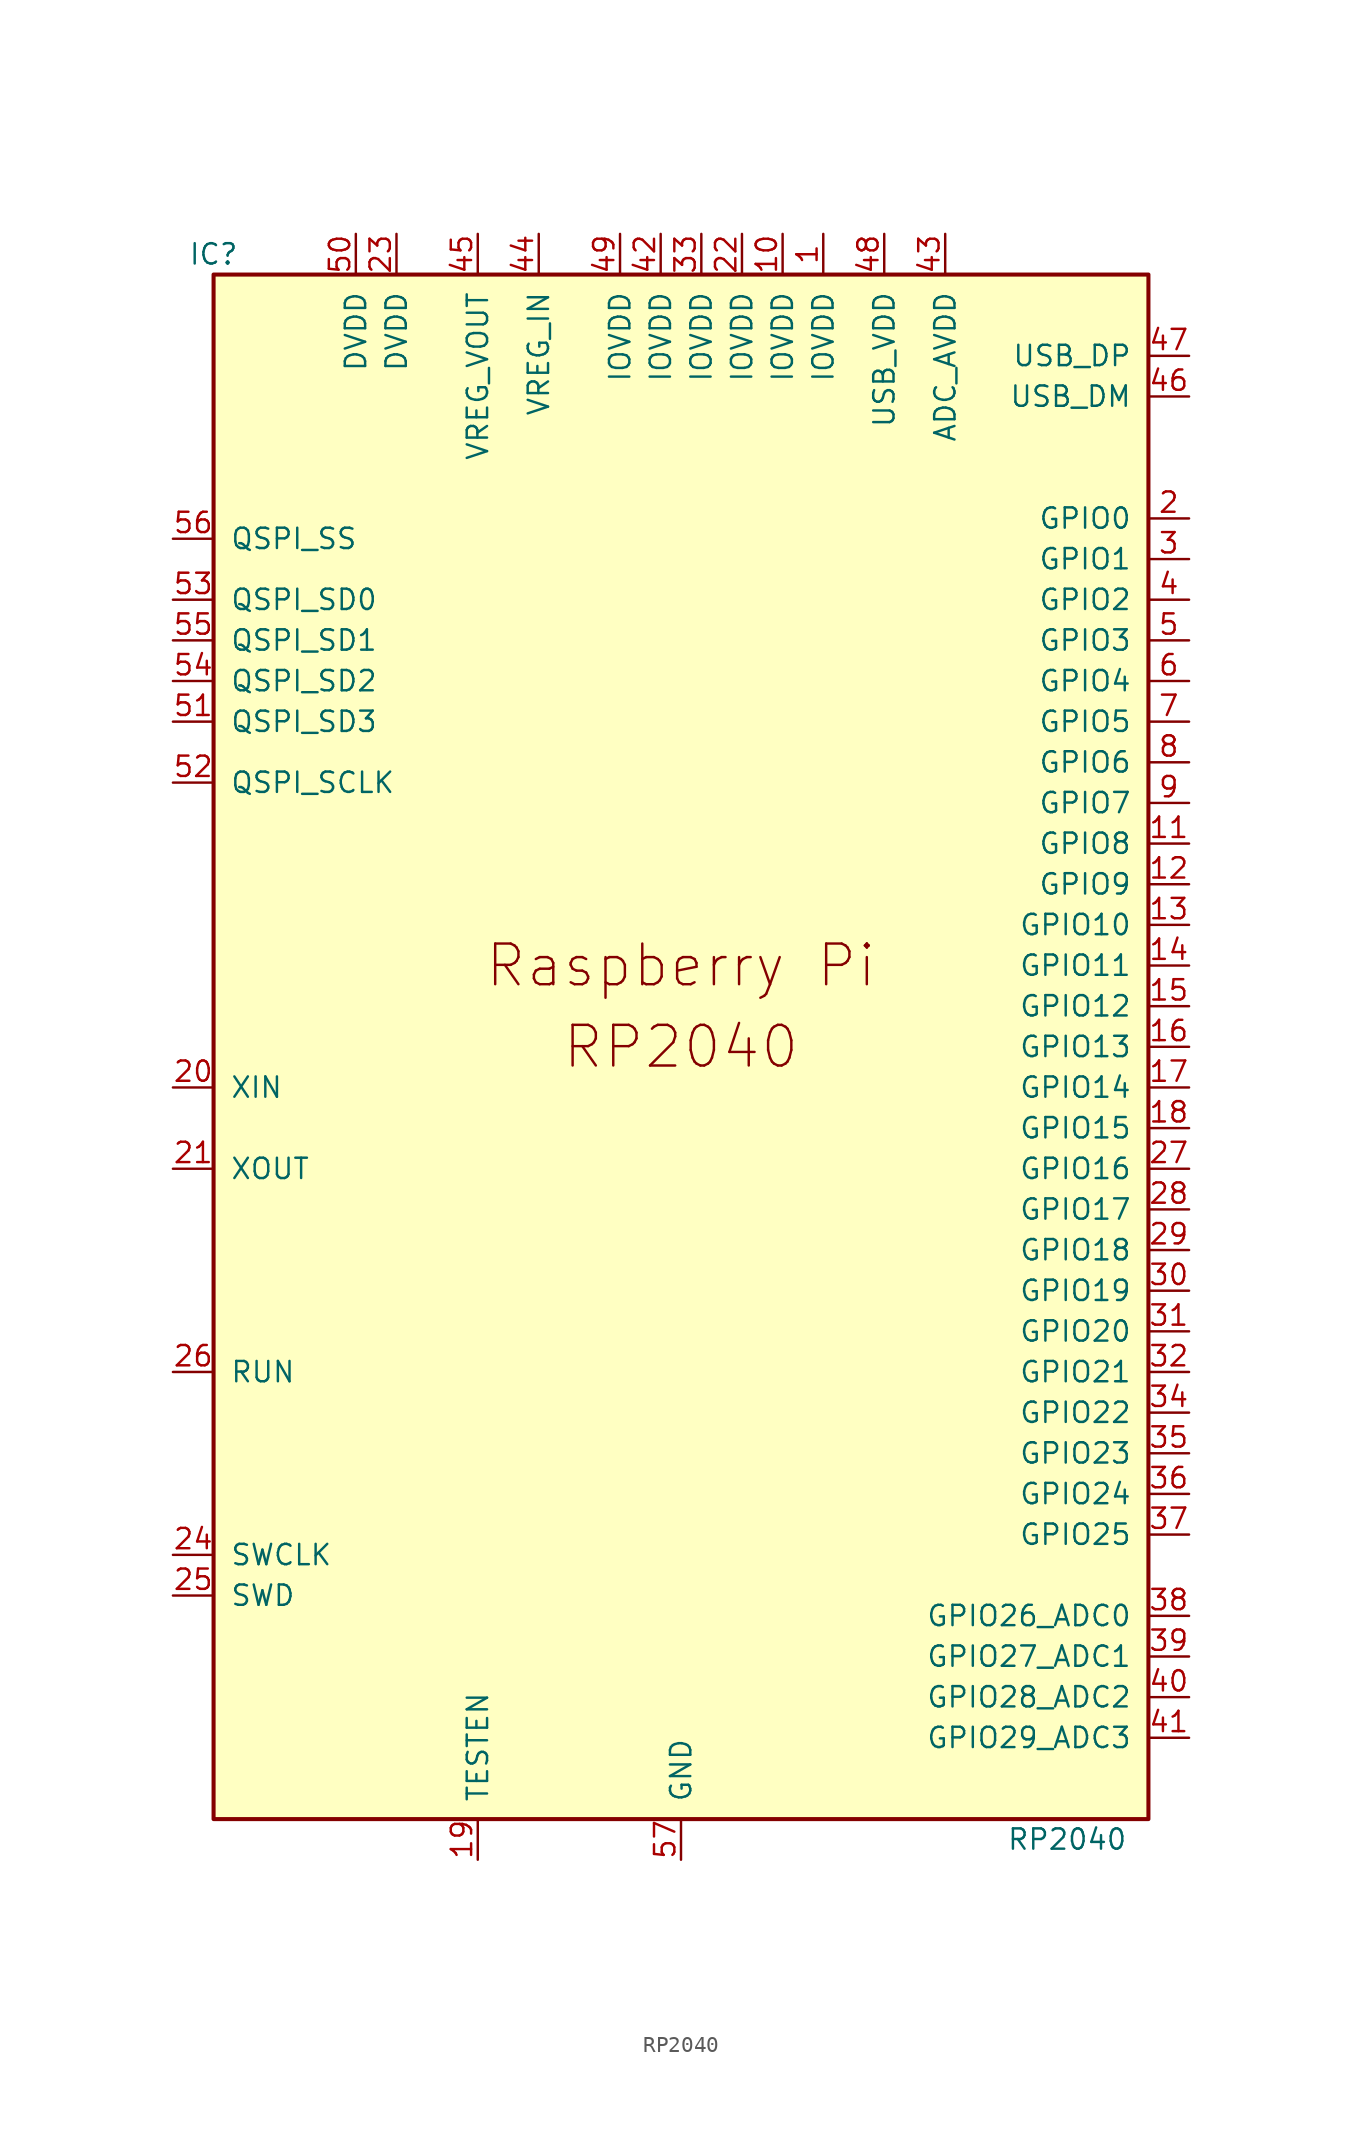
<source format=kicad_sym>
(kicad_symbol_lib
  (version 20211014)
  (generator kicad_symbol_editor)
  (symbol "RP2040"
    (pin_names
      (offset 1.016))
    (property "Reference" "IC"
      (at -29.21 49.53 0)
      (effects (font (size 1.27 1.27))))
    (property "Value" "RP2040"
      (at 24.13 -49.53 0)
      (effects (font (size 1.27 1.27))))
    (symbol "RP2040_0_0"
      (text "Raspberry Pi" (at 0 5.08 0) (effects (font (size 2.54 2.54))))
      (text "RP2040" (at 0 0 0) (effects (font (size 2.54 2.54)))))
    (symbol "RP2040_0_1"
      (rectangle (start 29.21 48.26) (end -29.21 -48.26) (stroke (width 0.254) (type default) (color 0 0 0 0)) (fill (type background))))
    (symbol "RP2040_1_1"
      (pin power_in line (at 8.89 50.8 270) (length 2.54) (name "IOVDD" (effects (font (size 1.27 1.27)))) (number "1" (effects (font (size 1.27 1.27)))))
      (pin power_in line (at 6.35 50.8 270) (length 2.54) (name "IOVDD" (effects (font (size 1.27 1.27)))) (number "10" (effects (font (size 1.27 1.27)))))
      (pin bidirectional line (at 31.75 12.7 180) (length 2.54) (name "GPIO8" (effects (font (size 1.27 1.27)))) (number "11" (effects (font (size 1.27 1.27)))))
      (pin bidirectional line (at 31.75 10.16 180) (length 2.54) (name "GPIO9" (effects (font (size 1.27 1.27)))) (number "12" (effects (font (size 1.27 1.27)))))
      (pin bidirectional line (at 31.75 7.62 180) (length 2.54) (name "GPIO10" (effects (font (size 1.27 1.27)))) (number "13" (effects (font (size 1.27 1.27)))))
      (pin bidirectional line (at 31.75 5.08 180) (length 2.54) (name "GPIO11" (effects (font (size 1.27 1.27)))) (number "14" (effects (font (size 1.27 1.27)))))
      (pin bidirectional line (at 31.75 2.54 180) (length 2.54) (name "GPIO12" (effects (font (size 1.27 1.27)))) (number "15" (effects (font (size 1.27 1.27)))))
      (pin bidirectional line (at 31.75 0 180) (length 2.54) (name "GPIO13" (effects (font (size 1.27 1.27)))) (number "16" (effects (font (size 1.27 1.27)))))
      (pin bidirectional line (at 31.75 -2.54 180) (length 2.54) (name "GPIO14" (effects (font (size 1.27 1.27)))) (number "17" (effects (font (size 1.27 1.27)))))
      (pin bidirectional line (at 31.75 -5.08 180) (length 2.54) (name "GPIO15" (effects (font (size 1.27 1.27)))) (number "18" (effects (font (size 1.27 1.27)))))
      (pin passive line (at -12.7 -50.8 90) (length 2.54) (name "TESTEN" (effects (font (size 1.27 1.27)))) (number "19" (effects (font (size 1.27 1.27)))))
      (pin bidirectional line (at 31.75 33.02 180) (length 2.54) (name "GPIO0" (effects (font (size 1.27 1.27)))) (number "2" (effects (font (size 1.27 1.27)))))
      (pin input line (at -31.75 -2.54 0) (length 2.54) (name "XIN" (effects (font (size 1.27 1.27)))) (number "20" (effects (font (size 1.27 1.27)))))
      (pin passive line (at -31.75 -7.62 0) (length 2.54) (name "XOUT" (effects (font (size 1.27 1.27)))) (number "21" (effects (font (size 1.27 1.27)))))
      (pin power_in line (at 3.81 50.8 270) (length 2.54) (name "IOVDD" (effects (font (size 1.27 1.27)))) (number "22" (effects (font (size 1.27 1.27)))))
      (pin power_in line (at -17.78 50.8 270) (length 2.54) (name "DVDD" (effects (font (size 1.27 1.27)))) (number "23" (effects (font (size 1.27 1.27)))))
      (pin output line (at -31.75 -31.75 0) (length 2.54) (name "SWCLK" (effects (font (size 1.27 1.27)))) (number "24" (effects (font (size 1.27 1.27)))))
      (pin bidirectional line (at -31.75 -34.29 0) (length 2.54) (name "SWD" (effects (font (size 1.27 1.27)))) (number "25" (effects (font (size 1.27 1.27)))))
      (pin input line (at -31.75 -20.32 0) (length 2.54) (name "RUN" (effects (font (size 1.27 1.27)))) (number "26" (effects (font (size 1.27 1.27)))))
      (pin bidirectional line (at 31.75 -7.62 180) (length 2.54) (name "GPIO16" (effects (font (size 1.27 1.27)))) (number "27" (effects (font (size 1.27 1.27)))))
      (pin bidirectional line (at 31.75 -10.16 180) (length 2.54) (name "GPIO17" (effects (font (size 1.27 1.27)))) (number "28" (effects (font (size 1.27 1.27)))))
      (pin bidirectional line (at 31.75 -12.7 180) (length 2.54) (name "GPIO18" (effects (font (size 1.27 1.27)))) (number "29" (effects (font (size 1.27 1.27)))))
      (pin bidirectional line (at 31.75 30.48 180) (length 2.54) (name "GPIO1" (effects (font (size 1.27 1.27)))) (number "3" (effects (font (size 1.27 1.27)))))
      (pin bidirectional line (at 31.75 -15.24 180) (length 2.54) (name "GPIO19" (effects (font (size 1.27 1.27)))) (number "30" (effects (font (size 1.27 1.27)))))
      (pin bidirectional line (at 31.75 -17.78 180) (length 2.54) (name "GPIO20" (effects (font (size 1.27 1.27)))) (number "31" (effects (font (size 1.27 1.27)))))
      (pin bidirectional line (at 31.75 -20.32 180) (length 2.54) (name "GPIO21" (effects (font (size 1.27 1.27)))) (number "32" (effects (font (size 1.27 1.27)))))
      (pin power_in line (at 1.27 50.8 270) (length 2.54) (name "IOVDD" (effects (font (size 1.27 1.27)))) (number "33" (effects (font (size 1.27 1.27)))))
      (pin bidirectional line (at 31.75 -22.86 180) (length 2.54) (name "GPIO22" (effects (font (size 1.27 1.27)))) (number "34" (effects (font (size 1.27 1.27)))))
      (pin bidirectional line (at 31.75 -25.4 180) (length 2.54) (name "GPIO23" (effects (font (size 1.27 1.27)))) (number "35" (effects (font (size 1.27 1.27)))))
      (pin bidirectional line (at 31.75 -27.94 180) (length 2.54) (name "GPIO24" (effects (font (size 1.27 1.27)))) (number "36" (effects (font (size 1.27 1.27)))))
      (pin bidirectional line (at 31.75 -30.48 180) (length 2.54) (name "GPIO25" (effects (font (size 1.27 1.27)))) (number "37" (effects (font (size 1.27 1.27)))))
      (pin bidirectional line (at 31.75 -35.56 180) (length 2.54) (name "GPIO26_ADC0" (effects (font (size 1.27 1.27)))) (number "38" (effects (font (size 1.27 1.27)))))
      (pin bidirectional line (at 31.75 -38.1 180) (length 2.54) (name "GPIO27_ADC1" (effects (font (size 1.27 1.27)))) (number "39" (effects (font (size 1.27 1.27)))))
      (pin bidirectional line (at 31.75 27.94 180) (length 2.54) (name "GPIO2" (effects (font (size 1.27 1.27)))) (number "4" (effects (font (size 1.27 1.27)))))
      (pin bidirectional line (at 31.75 -40.64 180) (length 2.54) (name "GPIO28_ADC2" (effects (font (size 1.27 1.27)))) (number "40" (effects (font (size 1.27 1.27)))))
      (pin bidirectional line (at 31.75 -43.18 180) (length 2.54) (name "GPIO29_ADC3" (effects (font (size 1.27 1.27)))) (number "41" (effects (font (size 1.27 1.27)))))
      (pin power_in line (at -1.27 50.8 270) (length 2.54) (name "IOVDD" (effects (font (size 1.27 1.27)))) (number "42" (effects (font (size 1.27 1.27)))))
      (pin power_in line (at 16.51 50.8 270) (length 2.54) (name "ADC_AVDD" (effects (font (size 1.27 1.27)))) (number "43" (effects (font (size 1.27 1.27)))))
      (pin power_in line (at -8.89 50.8 270) (length 2.54) (name "VREG_IN" (effects (font (size 1.27 1.27)))) (number "44" (effects (font (size 1.27 1.27)))))
      (pin power_out line (at -12.7 50.8 270) (length 2.54) (name "VREG_VOUT" (effects (font (size 1.27 1.27)))) (number "45" (effects (font (size 1.27 1.27)))))
      (pin bidirectional line (at 31.75 40.64 180) (length 2.54) (name "USB_DM" (effects (font (size 1.27 1.27)))) (number "46" (effects (font (size 1.27 1.27)))))
      (pin bidirectional line (at 31.75 43.18 180) (length 2.54) (name "USB_DP" (effects (font (size 1.27 1.27)))) (number "47" (effects (font (size 1.27 1.27)))))
      (pin power_in line (at 12.7 50.8 270) (length 2.54) (name "USB_VDD" (effects (font (size 1.27 1.27)))) (number "48" (effects (font (size 1.27 1.27)))))
      (pin power_in line (at -3.81 50.8 270) (length 2.54) (name "IOVDD" (effects (font (size 1.27 1.27)))) (number "49" (effects (font (size 1.27 1.27)))))
      (pin bidirectional line (at 31.75 25.4 180) (length 2.54) (name "GPIO3" (effects (font (size 1.27 1.27)))) (number "5" (effects (font (size 1.27 1.27)))))
      (pin power_in line (at -20.32 50.8 270) (length 2.54) (name "DVDD" (effects (font (size 1.27 1.27)))) (number "50" (effects (font (size 1.27 1.27)))))
      (pin bidirectional line (at -31.75 20.32 0) (length 2.54) (name "QSPI_SD3" (effects (font (size 1.27 1.27)))) (number "51" (effects (font (size 1.27 1.27)))))
      (pin output line (at -31.75 16.51 0) (length 2.54) (name "QSPI_SCLK" (effects (font (size 1.27 1.27)))) (number "52" (effects (font (size 1.27 1.27)))))
      (pin bidirectional line (at -31.75 27.94 0) (length 2.54) (name "QSPI_SD0" (effects (font (size 1.27 1.27)))) (number "53" (effects (font (size 1.27 1.27)))))
      (pin bidirectional line (at -31.75 22.86 0) (length 2.54) (name "QSPI_SD2" (effects (font (size 1.27 1.27)))) (number "54" (effects (font (size 1.27 1.27)))))
      (pin bidirectional line (at -31.75 25.4 0) (length 2.54) (name "QSPI_SD1" (effects (font (size 1.27 1.27)))) (number "55" (effects (font (size 1.27 1.27)))))
      (pin bidirectional line (at -31.75 31.75 0) (length 2.54) (name "QSPI_SS" (effects (font (size 1.27 1.27)))) (number "56" (effects (font (size 1.27 1.27)))))
      (pin power_in line (at 0 -50.8 90) (length 2.54) (name "GND" (effects (font (size 1.27 1.27)))) (number "57" (effects (font (size 1.27 1.27)))))
      (pin bidirectional line (at 31.75 22.86 180) (length 2.54) (name "GPIO4" (effects (font (size 1.27 1.27)))) (number "6" (effects (font (size 1.27 1.27)))))
      (pin bidirectional line (at 31.75 20.32 180) (length 2.54) (name "GPIO5" (effects (font (size 1.27 1.27)))) (number "7" (effects (font (size 1.27 1.27)))))
      (pin bidirectional line (at 31.75 17.78 180) (length 2.54) (name "GPIO6" (effects (font (size 1.27 1.27)))) (number "8" (effects (font (size 1.27 1.27)))))
      (pin bidirectional line (at 31.75 15.24 180) (length 2.54) (name "GPIO7" (effects (font (size 1.27 1.27)))) (number "9" (effects (font (size 1.27 1.27))))))))
</source>
